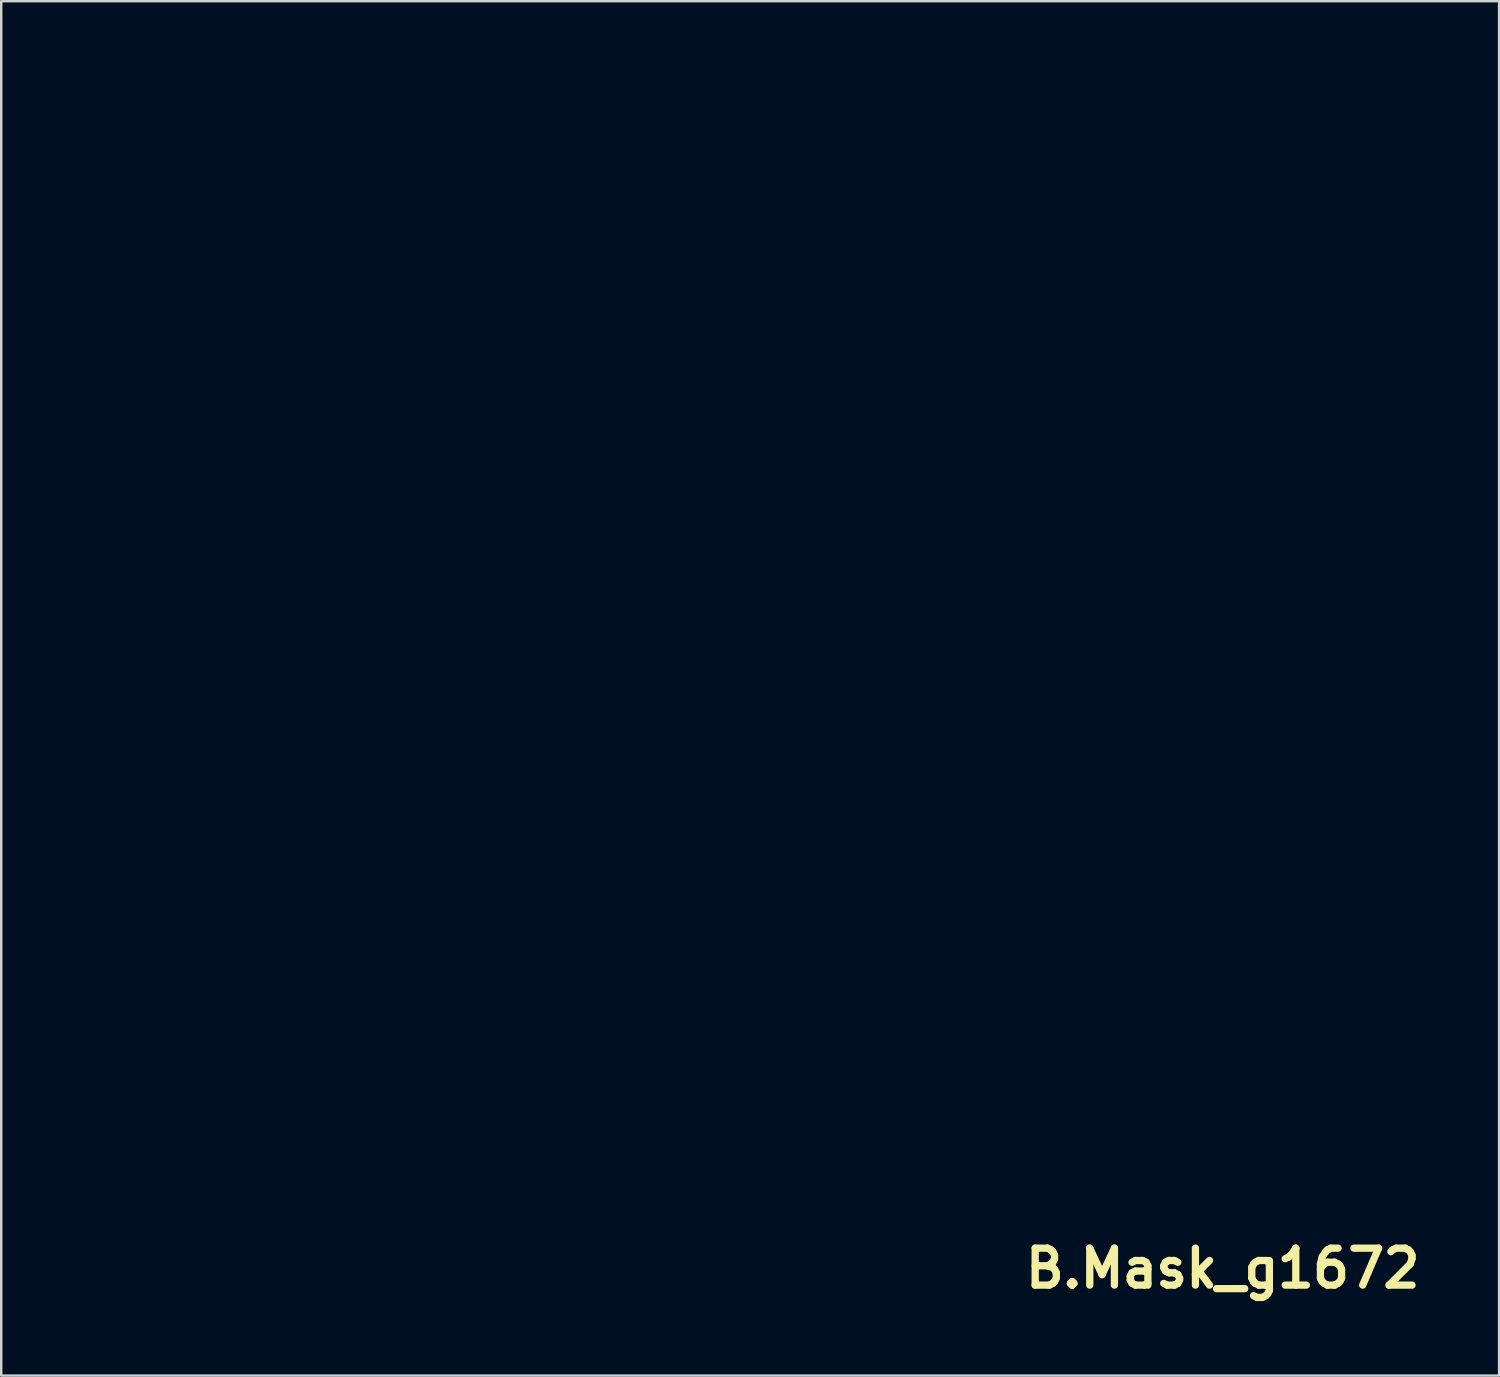
<source format=kicad_pcb>
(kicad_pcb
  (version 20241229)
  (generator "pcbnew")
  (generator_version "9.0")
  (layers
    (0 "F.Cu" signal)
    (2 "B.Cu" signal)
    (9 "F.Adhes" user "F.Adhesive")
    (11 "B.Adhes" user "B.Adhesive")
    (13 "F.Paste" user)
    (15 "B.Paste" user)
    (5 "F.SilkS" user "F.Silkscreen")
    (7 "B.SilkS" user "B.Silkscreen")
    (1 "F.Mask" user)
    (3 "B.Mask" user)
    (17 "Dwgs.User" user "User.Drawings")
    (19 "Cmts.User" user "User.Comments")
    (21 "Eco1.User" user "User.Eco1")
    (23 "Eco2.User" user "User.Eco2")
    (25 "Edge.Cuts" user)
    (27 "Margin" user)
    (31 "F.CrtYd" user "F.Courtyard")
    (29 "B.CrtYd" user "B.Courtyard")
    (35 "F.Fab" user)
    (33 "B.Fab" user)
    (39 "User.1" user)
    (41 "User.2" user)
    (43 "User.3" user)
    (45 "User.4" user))
  (footprint "B.Mask_g1672"
    (layer "F.Cu")
    (at 47.345 49.228)
    (property "Reference" "B.Mask_g1672" (at 0 0 0) (layer "F.SilkS") (effects (font (size 1.524 1.524) (thickness 0.3))))
    (attr through_hole)
    (fp_poly (pts (xy -45.948 -49.204) (xy -45.691 -49.158) (xy -45.41 -49.087) (xy -45.107 -48.99) (xy -44.783 -48.868) (xy -44.44 -48.723) (xy -44.081 -48.555) (xy -43.705 -48.364) (xy -43.316 -48.153) (xy -42.915 -47.921) (xy -42.504 -47.669) (xy -42.083 -47.399) (xy -41.655 -47.111) (xy -41.222 -46.805) (xy -40.785 -46.483) (xy -40.346 -46.146) (xy -40.19 -46.023) (xy -40.029 -45.894) (xy -39.865 -45.76) (xy -39.699 -45.624) (xy -39.537 -45.488) (xy -39.38 -45.356) (xy -39.233 -45.23) (xy -39.099 -45.114) (xy -38.982 -45.01) (xy -38.884 -44.921) (xy -38.809 -44.85) (xy -38.76 -44.801) (xy -38.742 -44.777) (xy -38.753 -44.756) (xy -38.789 -44.705) (xy -38.847 -44.626) (xy -38.925 -44.523) (xy -39.022 -44.397) (xy -39.134 -44.251) (xy -39.261 -44.089) (xy -39.4 -43.912) (xy -39.549 -43.724) (xy -39.682 -43.557) (xy -39.846 -43.351) (xy -40.008 -43.147) (xy -40.166 -42.948) (xy -40.317 -42.758) (xy -40.457 -42.581) (xy -40.584 -42.42) (xy -40.694 -42.28) (xy -40.786 -42.163) (xy -40.856 -42.074) (xy -40.884 -42.037) (xy -40.963 -41.935) (xy -41.057 -41.814) (xy -41.162 -41.68) (xy -41.273 -41.54) (xy -41.385 -41.4) (xy -41.492 -41.265) (xy -41.59 -41.144) (xy -41.673 -41.041) (xy -41.737 -40.963) (xy -41.752 -40.945) (xy -41.795 -40.895) (xy -42.101 -41.151) (xy -42.587 -41.566) (xy -43.056 -41.979) (xy -43.505 -42.389) (xy -43.931 -42.793) (xy -44.332 -43.188) (xy -44.705 -43.571) (xy -45.047 -43.941) (xy -45.356 -44.294) (xy -45.494 -44.461) (xy -45.861 -44.928) (xy -46.187 -45.384) (xy -46.475 -45.831) (xy -46.724 -46.269) (xy -46.935 -46.7) (xy -47.109 -47.125) (xy -47.246 -47.545) (xy -47.277 -47.658) (xy -47.31 -47.789) (xy -47.331 -47.892) (xy -47.34 -47.979) (xy -47.337 -48.064) (xy -47.323 -48.157) (xy -47.296 -48.271) (xy -47.284 -48.321) (xy -47.209 -48.549) (xy -47.106 -48.746) (xy -46.978 -48.912) (xy -46.825 -49.044) (xy -46.649 -49.142) (xy -46.561 -49.175) (xy -46.385 -49.213) (xy -46.18 -49.223) (xy -45.948 -49.204)) (stroke (width 0.01) (type solid)) (fill yes) (layer "B.Mask")))
  (gr_rect
    (start -3 -3)
    (end 58.735 53.646)
    (stroke (width 0.1) (type default))
    (fill no)
    (layer "Edge.Cuts")))
</source>
